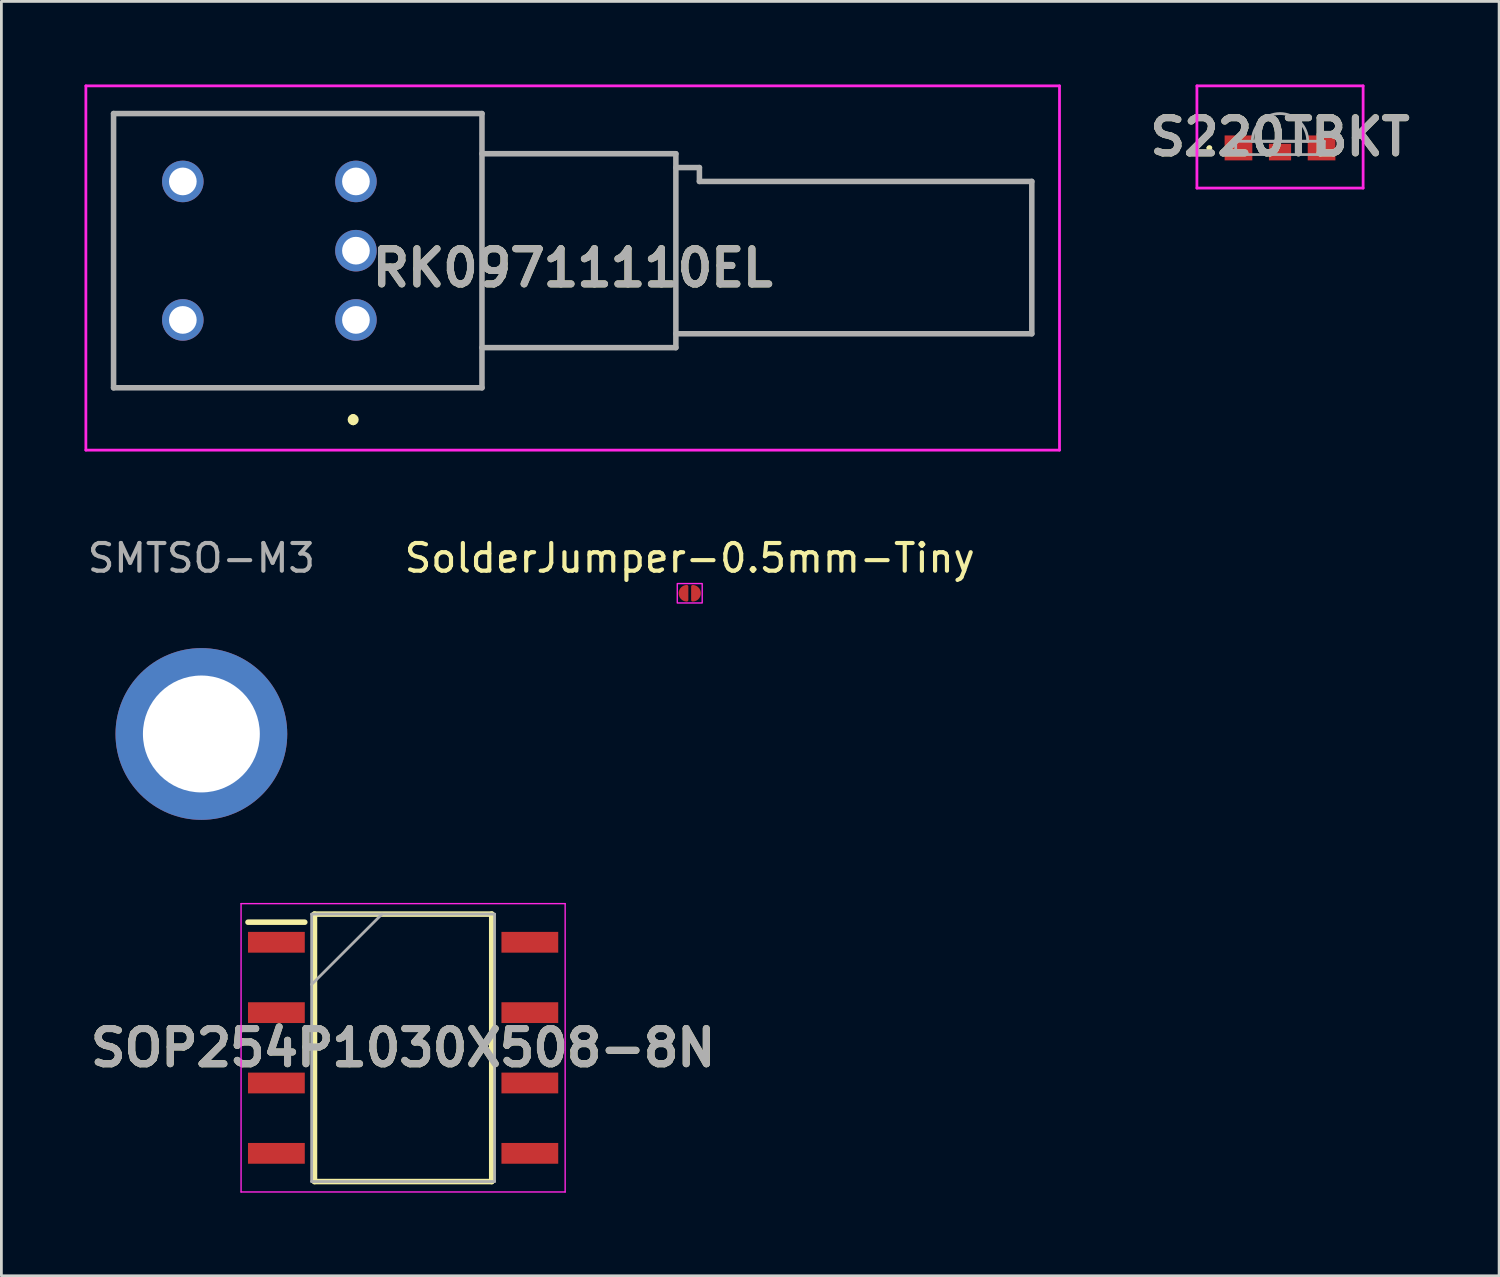
<source format=kicad_pcb>
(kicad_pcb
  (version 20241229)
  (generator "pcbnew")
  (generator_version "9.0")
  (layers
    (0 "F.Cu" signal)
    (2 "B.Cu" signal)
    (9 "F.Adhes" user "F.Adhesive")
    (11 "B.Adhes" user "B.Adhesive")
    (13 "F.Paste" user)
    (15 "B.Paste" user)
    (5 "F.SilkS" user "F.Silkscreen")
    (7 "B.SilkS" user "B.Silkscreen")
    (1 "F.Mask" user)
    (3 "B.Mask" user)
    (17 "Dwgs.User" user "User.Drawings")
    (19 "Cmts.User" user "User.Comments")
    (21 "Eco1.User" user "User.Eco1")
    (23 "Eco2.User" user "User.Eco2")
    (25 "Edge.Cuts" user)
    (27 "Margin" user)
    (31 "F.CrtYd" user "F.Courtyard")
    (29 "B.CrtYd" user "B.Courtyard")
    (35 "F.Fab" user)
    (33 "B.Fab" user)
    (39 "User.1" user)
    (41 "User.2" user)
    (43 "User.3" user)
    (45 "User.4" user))
  (footprint "S220TBKT"
    (layer "F.Cu")
    (at 43.161 2.29)
    (property "Reference" "S220TBKT" (at 0 -0.395 0) (layer "F.SilkS") (effects (font (size 1.27 1.27) (thickness 0.254))))
    (attr smd)
    (fp_line (start -2.6 0) (end -2.6 0) (stroke (width 0.1) (type solid)) (layer "F.SilkS"))
    (fp_line (start -2.5 0) (end -2.5 0) (stroke (width 0.1) (type solid)) (layer "F.SilkS"))
    (fp_arc (start -2.6 0) (mid -2.55 -0.05) (end -2.5 0) (stroke (width 0.1) (type solid)) (layer "F.SilkS"))
    (fp_arc (start -2.5 0) (mid -2.55 0.05) (end -2.6 0) (stroke (width 0.1) (type solid)) (layer "F.SilkS"))
    (fp_line (start -3 -2.24) (end 3 -2.24) (stroke (width 0.1) (type solid)) (layer "F.CrtYd"))
    (fp_line (start -3 1.45) (end -3 -2.24) (stroke (width 0.1) (type solid)) (layer "F.CrtYd"))
    (fp_line (start 3 -2.24) (end 3 1.45) (stroke (width 0.1) (type solid)) (layer "F.CrtYd"))
    (fp_line (start 3 1.45) (end -3 1.45) (stroke (width 0.1) (type solid)) (layer "F.CrtYd"))
    (fp_line (start -1.6 -0.24) (end 1.6 -0.24) (stroke (width 0.1) (type solid)) (layer "F.Fab"))
    (fp_line (start -1.6 0.24) (end -1.6 -0.24) (stroke (width 0.1) (type solid)) (layer "F.Fab"))
    (fp_line (start -1 -0.24) (end 1 -0.24) (stroke (width 0.1) (type solid)) (layer "F.Fab"))
    (fp_line (start 1 -0.24) (end 1 -0.24) (stroke (width 0.1) (type solid)) (layer "F.Fab"))
    (fp_line (start 1.6 -0.24) (end 1.6 0.24) (stroke (width 0.1) (type solid)) (layer "F.Fab"))
    (fp_line (start 1.6 0.24) (end -1.6 0.24) (stroke (width 0.1) (type solid)) (layer "F.Fab"))
    (fp_arc (start -1 -0.24) (mid 0 -1.24) (end 1 -0.24) (stroke (width 0.1) (type solid)) (layer "F.Fab"))
    (fp_text user "${REFERENCE}" (at 0 -0.395 0) (layer "F.Fab") (effects (font (size 1.27 1.27) (thickness 0.254))))
    (pad "1" smd rect (at -1.5 0 90) (size 0.9 1) (layers "F.Cu" "F.Mask" "F.Paste"))
    (pad "2" smd rect (at 1.5 0 90) (size 0.9 1) (layers "F.Cu" "F.Mask" "F.Paste"))
    (pad "3" smd rect (at 0 0.15 90) (size 0.6 0.8) (layers "F.Cu" "F.Mask" "F.Paste")))
  (footprint "SOP254P1030X508-8N"
    (layer "F.Cu")
    (at 11.503 34.778)
    (property "Reference" "SOP254P1030X508-8N" (at 0 0 0) (layer "F.SilkS") (effects (font (size 1.27 1.27) (thickness 0.254))))
    (attr smd)
    (fp_line (start -5.6 -4.535) (end -3.55 -4.535) (stroke (width 0.2) (type solid)) (layer "F.SilkS"))
    (fp_line (start -3.2 -4.828) (end 3.2 -4.828) (stroke (width 0.2) (type solid)) (layer "F.SilkS"))
    (fp_line (start -3.2 4.828) (end -3.2 -4.828) (stroke (width 0.2) (type solid)) (layer "F.SilkS"))
    (fp_line (start 3.2 -4.828) (end 3.2 4.828) (stroke (width 0.2) (type solid)) (layer "F.SilkS"))
    (fp_line (start 3.2 4.828) (end -3.2 4.828) (stroke (width 0.2) (type solid)) (layer "F.SilkS"))
    (fp_line (start -5.85 -5.205) (end 5.85 -5.205) (stroke (width 0.05) (type solid)) (layer "F.CrtYd"))
    (fp_line (start -5.85 5.205) (end -5.85 -5.205) (stroke (width 0.05) (type solid)) (layer "F.CrtYd"))
    (fp_line (start 5.85 -5.205) (end 5.85 5.205) (stroke (width 0.05) (type solid)) (layer "F.CrtYd"))
    (fp_line (start 5.85 5.205) (end -5.85 5.205) (stroke (width 0.05) (type solid)) (layer "F.CrtYd"))
    (fp_line (start -3.302 -4.828) (end 3.302 -4.828) (stroke (width 0.1) (type solid)) (layer "F.Fab"))
    (fp_line (start -3.302 -2.288) (end -0.762 -4.828) (stroke (width 0.1) (type solid)) (layer "F.Fab"))
    (fp_line (start -3.302 4.828) (end -3.302 -4.828) (stroke (width 0.1) (type solid)) (layer "F.Fab"))
    (fp_line (start 3.302 -4.828) (end 3.302 4.828) (stroke (width 0.1) (type solid)) (layer "F.Fab"))
    (fp_line (start 3.302 4.828) (end -3.302 4.828) (stroke (width 0.1) (type solid)) (layer "F.Fab"))
    (fp_text user "${REFERENCE}" (at 0 0 0) (layer "F.Fab") (effects (font (size 1.27 1.27) (thickness 0.254))))
    (pad "1" smd rect (at -4.575 -3.81 90) (size 0.75 2.05) (layers "F.Cu" "F.Mask" "F.Paste"))
    (pad "2" smd rect (at -4.575 -1.27 90) (size 0.75 2.05) (layers "F.Cu" "F.Mask" "F.Paste"))
    (pad "3" smd rect (at -4.575 1.27 90) (size 0.75 2.05) (layers "F.Cu" "F.Mask" "F.Paste"))
    (pad "4" smd rect (at -4.575 3.81 90) (size 0.75 2.05) (layers "F.Cu" "F.Mask" "F.Paste"))
    (pad "5" smd rect (at 4.575 3.81 90) (size 0.75 2.05) (layers "F.Cu" "F.Mask" "F.Paste"))
    (pad "6" smd rect (at 4.575 1.27 90) (size 0.75 2.05) (layers "F.Cu" "F.Mask" "F.Paste"))
    (pad "7" smd rect (at 4.575 -1.27 90) (size 0.75 2.05) (layers "F.Cu" "F.Mask" "F.Paste"))
    (pad "8" smd rect (at 4.575 -3.81 90) (size 0.75 2.05) (layers "F.Cu" "F.Mask" "F.Paste")))
  (footprint "RK09711110EL"
    (layer "F.Cu")
    (at 9.8 8.5)
    (property "Reference" "RK09711110EL" (at 7.825 -1.875 0) (layer "F.SilkS") (effects (font (size 1.27 1.27) (thickness 0.254))))
    (attr through_hole)
    (fp_line (start -8.75 -7.45) (end 4.55 -7.45) (stroke (width 0.1) (type solid)) (layer "F.SilkS"))
    (fp_line (start -8.75 2.45) (end -8.75 -7.45) (stroke (width 0.1) (type solid)) (layer "F.SilkS"))
    (fp_line (start -0.1 3.5) (end -0.1 3.5) (stroke (width 0.2) (type solid)) (layer "F.SilkS"))
    (fp_line (start -0.1 3.7) (end -0.1 3.7) (stroke (width 0.2) (type solid)) (layer "F.SilkS"))
    (fp_line (start 4.55 -7.45) (end 4.55 2.45) (stroke (width 0.1) (type solid)) (layer "F.SilkS"))
    (fp_line (start 4.55 2.45) (end -8.75 2.45) (stroke (width 0.1) (type solid)) (layer "F.SilkS"))
    (fp_arc (start -0.1 3.5) (mid 0 3.6) (end -0.1 3.7) (stroke (width 0.2) (type solid)) (layer "F.SilkS"))
    (fp_arc (start -0.1 3.7) (mid -0.2 3.6) (end -0.1 3.5) (stroke (width 0.2) (type solid)) (layer "F.SilkS"))
    (fp_line (start -9.75 -8.45) (end 25.4 -8.45) (stroke (width 0.1) (type solid)) (layer "F.CrtYd"))
    (fp_line (start -9.75 4.7) (end -9.75 -8.45) (stroke (width 0.1) (type solid)) (layer "F.CrtYd"))
    (fp_line (start 25.4 -8.45) (end 25.4 4.7) (stroke (width 0.1) (type solid)) (layer "F.CrtYd"))
    (fp_line (start 25.4 4.7) (end -9.75 4.7) (stroke (width 0.1) (type solid)) (layer "F.CrtYd"))
    (fp_line (start -8.75 -7.45) (end 4.55 -7.45) (stroke (width 0.2) (type solid)) (layer "F.Fab"))
    (fp_line (start -8.75 2.45) (end -8.75 -7.45) (stroke (width 0.2) (type solid)) (layer "F.Fab"))
    (fp_line (start 4.55 -7.45) (end 4.55 2.45) (stroke (width 0.2) (type solid)) (layer "F.Fab"))
    (fp_line (start 4.55 -6) (end 11.55 -6) (stroke (width 0.2) (type solid)) (layer "F.Fab"))
    (fp_line (start 4.55 2.45) (end -8.75 2.45) (stroke (width 0.2) (type solid)) (layer "F.Fab"))
    (fp_line (start 11.55 -6) (end 11.55 1) (stroke (width 0.2) (type solid)) (layer "F.Fab"))
    (fp_line (start 11.55 -5.5) (end 12.4 -5.5) (stroke (width 0.2) (type solid)) (layer "F.Fab"))
    (fp_line (start 11.55 1) (end 4.55 1) (stroke (width 0.2) (type solid)) (layer "F.Fab"))
    (fp_line (start 12.4 -5.5) (end 12.4 -5) (stroke (width 0.2) (type solid)) (layer "F.Fab"))
    (fp_line (start 12.4 -5) (end 24.4 -5) (stroke (width 0.2) (type solid)) (layer "F.Fab"))
    (fp_line (start 24.4 -5) (end 24.4 0.5) (stroke (width 0.2) (type solid)) (layer "F.Fab"))
    (fp_line (start 24.4 0.5) (end 11.55 0.5) (stroke (width 0.2) (type solid)) (layer "F.Fab"))
    (fp_text user "${REFERENCE}" (at 7.825 -1.875 0) (layer "F.Fab") (effects (font (size 1.27 1.27) (thickness 0.254))))
    (pad "1" thru_hole circle (at 0 0) (size 1.5 1.5) (drill 1) (layers "*.Cu" "*.Mask"))
    (pad "2" thru_hole circle (at 0 -2.5) (size 1.5 1.5) (drill 1) (layers "*.Cu" "*.Mask"))
    (pad "3" thru_hole circle (at 0 -5) (size 1.5 1.5) (drill 1) (layers "*.Cu" "*.Mask"))
    (pad "4" thru_hole circle (at -6.25 0) (size 1.5 1.5) (drill 1) (layers "*.Cu" "*.Mask"))
    (pad "5" thru_hole circle (at -6.25 -5) (size 1.5 1.5) (drill 1) (layers "*.Cu" "*.Mask")))
  (footprint "SolderJumper-0.5mm-Tiny"
    (layer "F.Cu")
    (at 21.851 18.368)
    (property "Reference" "SolderJumper-0.5mm-Tiny" (at 0 -1.27 0) (layer "F.SilkS") (effects (font (size 1 1) (thickness 0.15))))
    (attr exclude_from_pos_files)
    (fp_circle (center 0 0) (end 0.15 0) (stroke (width 0.12) (type solid)) (fill yes) (layer "F.Mask"))
    (fp_rect (start -0.45 -0.35) (end 0.45 0.35) (stroke (width 0.05) (type default)) (fill no) (layer "F.CrtYd"))
    (pad "1" smd custom (at -0.3 0) (size 0.2 0.2) (layers "F.Cu") (options (anchor circle)) (primitives (gr_poly (pts (arc (start 0.2 -0.25) (mid -0.05 0) (end 0.2 0.25))) (width 0.1) (fill yes))))
    (pad "2" smd custom (at 0.3 0 180) (size 0.2 0.2) (layers "F.Cu") (options (anchor circle)) (primitives (gr_poly (pts (arc (start 0.2 -0.25) (mid -0.05 0) (end 0.2 0.25))) (width 0.1) (fill yes)))))
  (footprint "SMTSO-M3"
    (layer "F.Cu")
    (at 4.22 23.448)
    (property "Reference" "SMTSO-M3" (at 0 -6.35 0) (layer "F.Fab") (effects (font (size 1 1) (thickness 0.15))))
    (attr smd)
    (fp_circle (center -2.616 0) (end -2.136 0) (stroke (width 0) (type solid)) (fill yes) (layer "F.Paste"))
    (fp_circle (center -1.85 -1.85) (end -1.37 -1.85) (stroke (width 0) (type solid)) (fill yes) (layer "F.Paste"))
    (fp_circle (center -1.85 1.85) (end -1.37 1.85) (stroke (width 0) (type solid)) (fill yes) (layer "F.Paste"))
    (fp_circle (center 0 -2.616) (end 0.48 -2.616) (stroke (width 0) (type solid)) (fill yes) (layer "F.Paste"))
    (fp_circle (center 0 2.616) (end 0.48 2.616) (stroke (width 0) (type solid)) (fill yes) (layer "F.Paste"))
    (fp_circle (center 1.85 -1.85) (end 2.33 -1.85) (stroke (width 0) (type solid)) (fill yes) (layer "F.Paste"))
    (fp_circle (center 1.85 1.85) (end 2.33 1.85) (stroke (width 0) (type solid)) (fill yes) (layer "F.Paste"))
    (fp_circle (center 2.616 0) (end 3.096 0) (stroke (width 0) (type solid)) (fill yes) (layer "F.Paste"))
    (pad "1" thru_hole circle (at 0 0) (size 6.2 6.2) (drill 4.22) (layers "*.Cu" "*.Mask")))
  (gr_rect
    (start -3 -3)
    (end 51.071 43.008)
    (stroke (width 0.1) (type default))
    (fill no)
    (layer "Edge.Cuts")))
</source>
